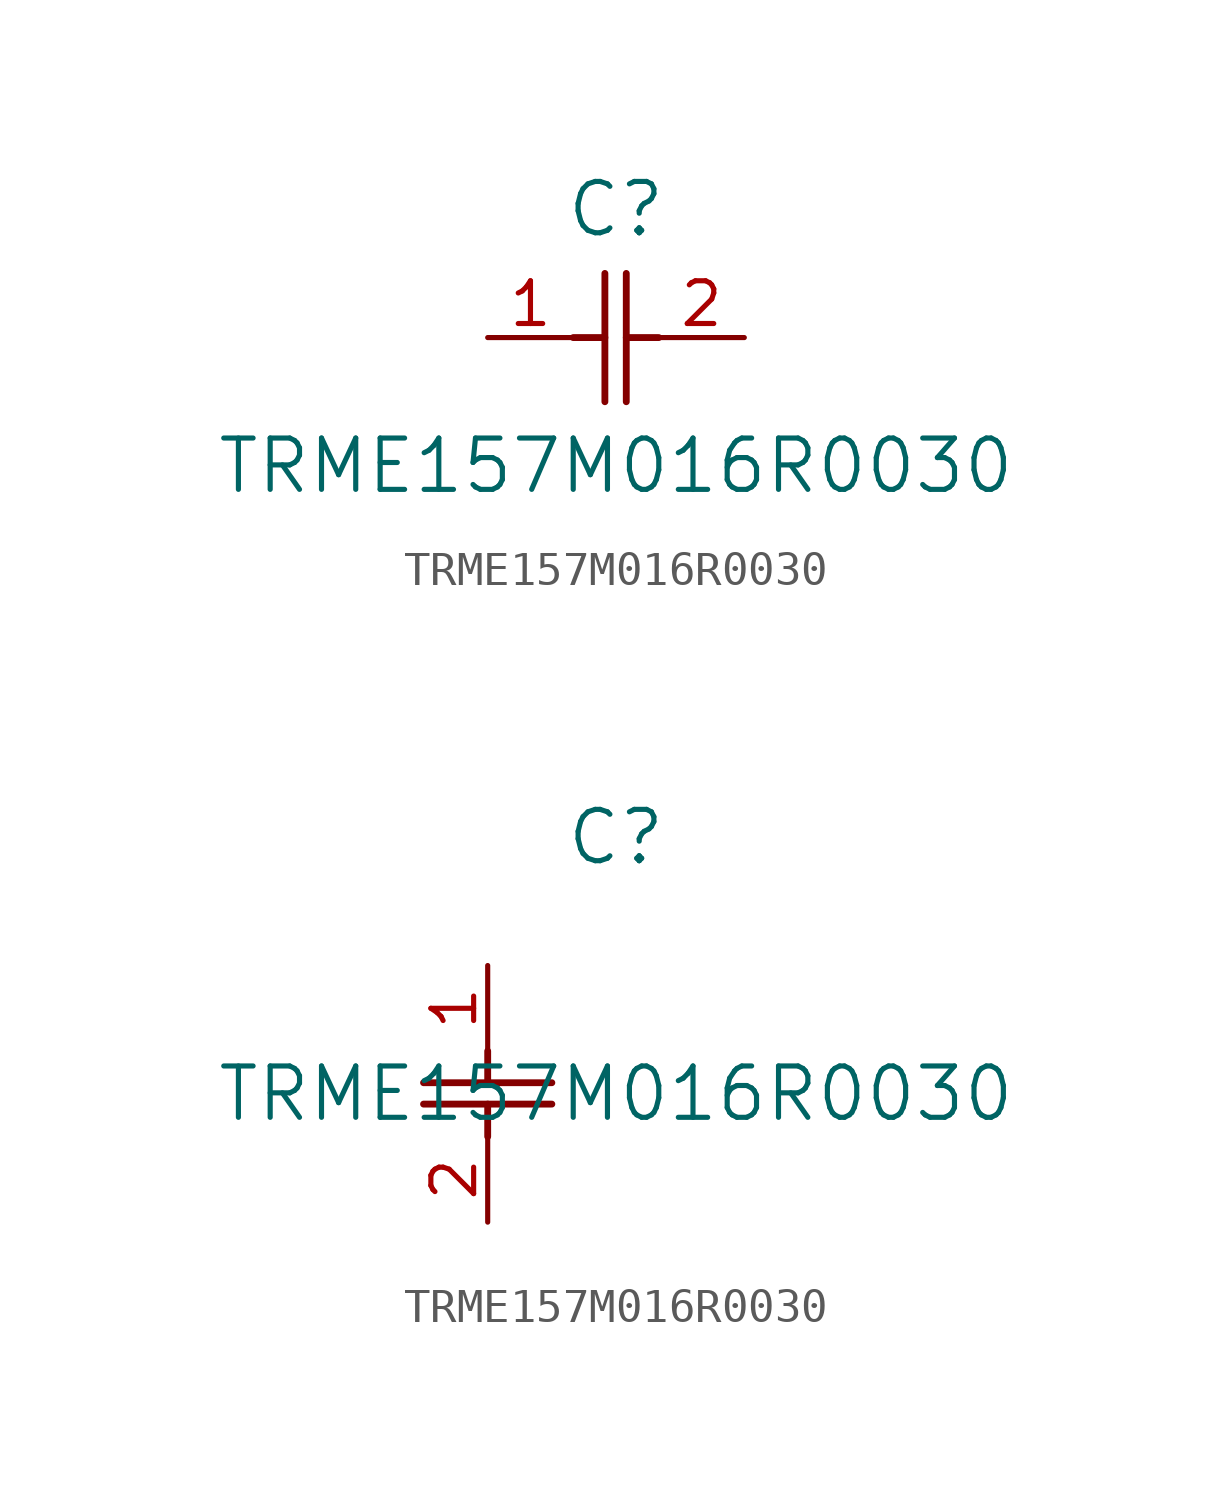
<source format=kicad_sym>
(kicad_symbol_lib
  (version 20211014)
  (generator kicad_symbol_editor)
  (symbol "TRME157M016R0030"
    (pin_names
      (offset 0.254))
    (property "Reference" "C"
      (at 3.81 3.81 0)
      (effects (font (size 1.524 1.524))))
    (property "Value" "TRME157M016R0030"
      (at 3.81 -3.81 0)
      (effects (font (size 1.524 1.524))))
    (symbol "TRME157M016R0030_1_1"
      (polyline (pts (xy 3.48 -1.905) (xy 3.48 1.905)) (stroke (width 0.203) (type default) (color 0 0 0 0)) (fill (type none)))
      (polyline (pts (xy 4.115 -1.905) (xy 4.115 1.905)) (stroke (width 0.203) (type default) (color 0 0 0 0)) (fill (type none)))
      (polyline (pts (xy 4.115 0) (xy 5.08 0)) (stroke (width 0.203) (type default) (color 0 0 0 0)) (fill (type none)))
      (polyline (pts (xy 2.54 0) (xy 3.48 0)) (stroke (width 0.203) (type default) (color 0 0 0 0)) (fill (type none)))
      (pin unspecified line (at 0 0 0) (length 2.54) (name "" (effects (font (size 1.27 1.27)))) (number "1" (effects (font (size 1.27 1.27)))))
      (pin unspecified line (at 7.62 0 180) (length 2.54) (name "" (effects (font (size 1.27 1.27)))) (number "2" (effects (font (size 1.27 1.27))))))
    (symbol "TRME157M016R0030_1_2"
      (polyline (pts (xy -1.905 -3.48) (xy 1.905 -3.48)) (stroke (width 0.203) (type default) (color 0 0 0 0)) (fill (type none)))
      (polyline (pts (xy -1.905 -4.115) (xy 1.905 -4.115)) (stroke (width 0.203) (type default) (color 0 0 0 0)) (fill (type none)))
      (polyline (pts (xy 0 -4.115) (xy 0 -5.08)) (stroke (width 0.203) (type default) (color 0 0 0 0)) (fill (type none)))
      (polyline (pts (xy 0 -2.54) (xy 0 -3.48)) (stroke (width 0.203) (type default) (color 0 0 0 0)) (fill (type none)))
      (pin unspecified line (at 0 0 270) (length 2.54) (name "" (effects (font (size 1.27 1.27)))) (number "1" (effects (font (size 1.27 1.27)))))
      (pin unspecified line (at 0 -7.62 90) (length 2.54) (name "" (effects (font (size 1.27 1.27)))) (number "2" (effects (font (size 1.27 1.27))))))))
</source>
